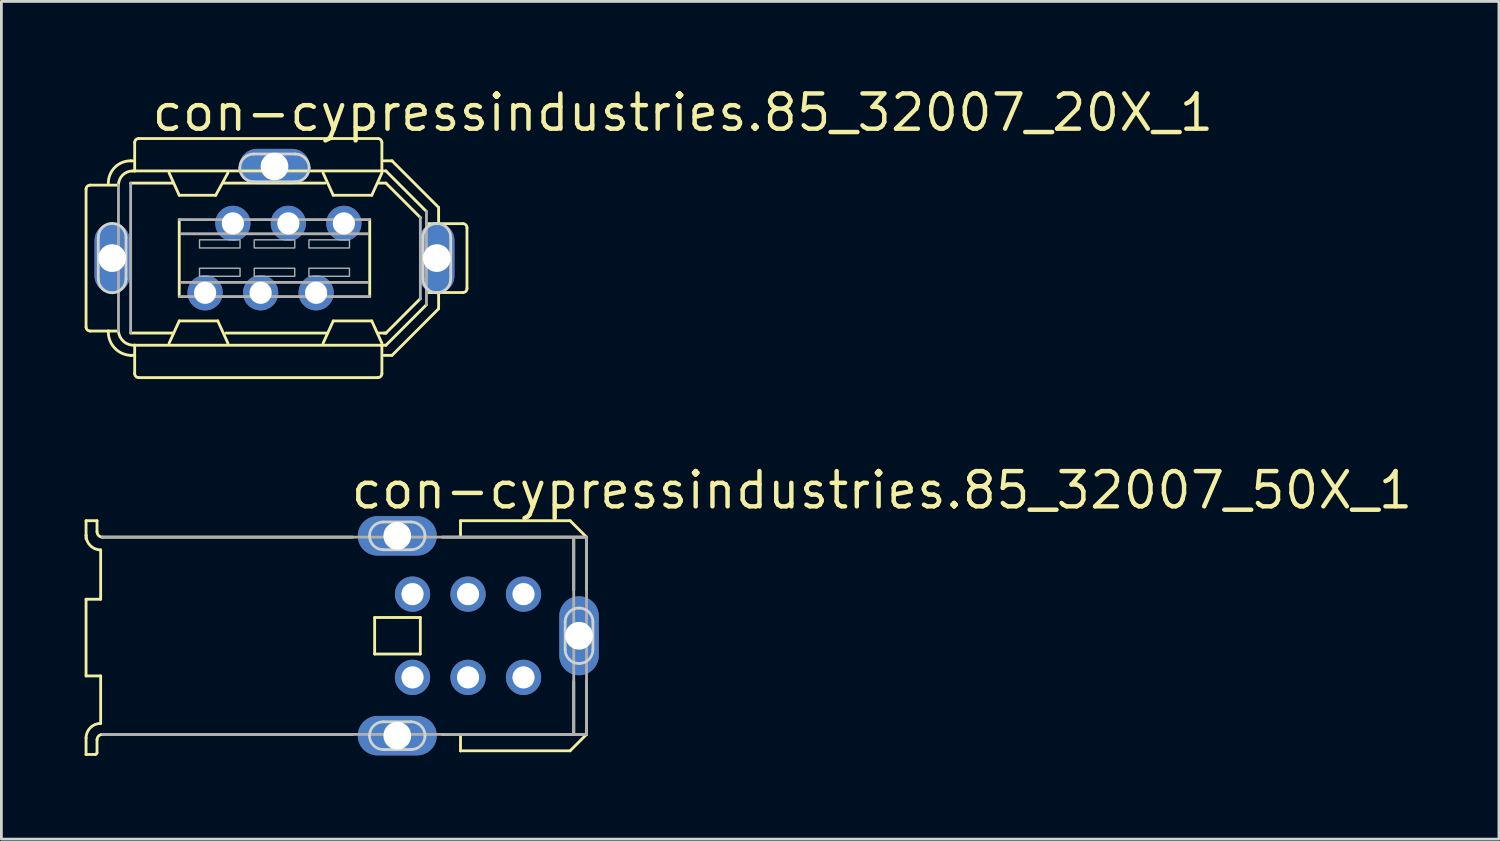
<source format=kicad_pcb>
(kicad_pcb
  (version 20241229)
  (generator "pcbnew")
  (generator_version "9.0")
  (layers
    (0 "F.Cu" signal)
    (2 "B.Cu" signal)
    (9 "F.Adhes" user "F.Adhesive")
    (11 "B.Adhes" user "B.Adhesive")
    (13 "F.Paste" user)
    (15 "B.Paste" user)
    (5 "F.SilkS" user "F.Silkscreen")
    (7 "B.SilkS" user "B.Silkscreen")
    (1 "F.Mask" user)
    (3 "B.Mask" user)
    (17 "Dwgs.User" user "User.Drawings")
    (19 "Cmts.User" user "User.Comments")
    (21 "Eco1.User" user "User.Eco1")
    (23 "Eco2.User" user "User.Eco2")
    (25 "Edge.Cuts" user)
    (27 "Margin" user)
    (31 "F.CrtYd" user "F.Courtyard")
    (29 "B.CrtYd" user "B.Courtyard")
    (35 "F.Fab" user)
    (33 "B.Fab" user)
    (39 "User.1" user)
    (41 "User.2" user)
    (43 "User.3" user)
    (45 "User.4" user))
  (footprint "con-cypressindustries.85_32007_50X_1"
    (layer "F.Cu")
    (at 8.015 19.859)
    (property "Reference" "con-cypressindustries.85_32007_50X_1" (at 1.5 -4.5 0) (layer "F.SilkS") (effects (font (size 1.27 1.27) (thickness 0.16)) (justify left bottom)))
    (attr through_hole)
    (fp_line (start -7.964 -4.146) (end -7.964 -3.62) (stroke (width 0.102) (type default)) (layer "F.SilkS"))
    (fp_line (start -7.964 -3.62) (end -7.964 -3.488) (stroke (width 0.102) (type default)) (layer "F.SilkS"))
    (fp_line (start -7.964 -1.316) (end -7.964 1.448) (stroke (width 0.102) (type default)) (layer "F.SilkS"))
    (fp_line (start -7.964 1.448) (end -7.438 1.448) (stroke (width 0.102) (type default)) (layer "F.SilkS"))
    (fp_line (start -7.964 3.686) (end -7.964 4.278) (stroke (width 0.102) (type default)) (layer "F.SilkS"))
    (fp_line (start -7.964 4.278) (end -7.635 4.278) (stroke (width 0.102) (type default)) (layer "F.SilkS"))
    (fp_line (start -7.569 -4.146) (end -7.964 -4.146) (stroke (width 0.102) (type default)) (layer "F.SilkS"))
    (fp_line (start -7.569 -3.752) (end -7.569 -4.146) (stroke (width 0.102) (type default)) (layer "F.SilkS"))
    (fp_line (start -7.569 4.212) (end -7.569 3.752) (stroke (width 0.102) (type default)) (layer "F.SilkS"))
    (fp_line (start -7.438 -3.093) (end -7.438 -1.316) (stroke (width 0.102) (type default)) (layer "F.SilkS"))
    (fp_line (start -7.438 -1.316) (end -7.964 -1.316) (stroke (width 0.102) (type default)) (layer "F.SilkS"))
    (fp_line (start -7.438 1.448) (end -7.438 3.159) (stroke (width 0.102) (type default)) (layer "F.SilkS"))
    (fp_line (start -7.372 3.554) (end 1.645 3.554) (stroke (width 0.102) (type default)) (layer "F.SilkS"))
    (fp_line (start 1.645 -3.554) (end -7.372 -3.554) (stroke (width 0.102) (type default)) (layer "F.SilkS"))
    (fp_line (start 2.435 -0.658) (end 2.435 0.658) (stroke (width 0.102) (type default)) (layer "F.SilkS"))
    (fp_line (start 2.435 0.658) (end 4.081 0.658) (stroke (width 0.102) (type default)) (layer "F.SilkS"))
    (fp_line (start 4.081 -0.658) (end 2.435 -0.658) (stroke (width 0.102) (type default)) (layer "F.SilkS"))
    (fp_line (start 4.081 0.658) (end 4.081 -0.658) (stroke (width 0.102) (type default)) (layer "F.SilkS"))
    (fp_line (start 4.87 3.554) (end 10.07 3.554) (stroke (width 0.102) (type default)) (layer "F.SilkS"))
    (fp_line (start 5.529 -4.146) (end 9.478 -4.146) (stroke (width 0.102) (type default)) (layer "F.SilkS"))
    (fp_line (start 5.529 -3.62) (end 5.529 -4.146) (stroke (width 0.102) (type default)) (layer "F.SilkS"))
    (fp_line (start 5.529 4.146) (end 5.529 3.62) (stroke (width 0.102) (type default)) (layer "F.SilkS"))
    (fp_line (start 5.529 4.146) (end 9.478 4.146) (stroke (width 0.102) (type default)) (layer "F.SilkS"))
    (fp_line (start 5.529 4.147) (end 5.529 4.146) (stroke (width 0.102) (type default)) (layer "F.SilkS"))
    (fp_line (start 9.478 -4.146) (end 10.07 -3.554) (stroke (width 0.102) (type default)) (layer "F.SilkS"))
    (fp_line (start 9.478 4.146) (end 10.07 3.554) (stroke (width 0.102) (type default)) (layer "F.SilkS"))
    (fp_line (start 9.609 -3.488) (end 9.609 -1.645) (stroke (width 0.102) (type default)) (layer "F.SilkS"))
    (fp_line (start 9.609 1.645) (end 9.609 3.554) (stroke (width 0.102) (type default)) (layer "F.SilkS"))
    (fp_line (start 10.07 -3.554) (end 4.87 -3.554) (stroke (width 0.102) (type default)) (layer "F.SilkS"))
    (fp_line (start 10.07 -1.645) (end 10.07 -3.554) (stroke (width 0.102) (type default)) (layer "F.SilkS"))
    (fp_line (start 10.07 3.554) (end 10.07 1.645) (stroke (width 0.102) (type default)) (layer "F.SilkS"))
    (fp_arc (start -7.964 3.6858) (mid -7.809792 3.313508) (end -7.4375 3.1593) (stroke (width 0.1016) (type default)) (layer "F.SilkS"))
    (fp_arc (start -7.5691 3.7516) (mid -7.511283 3.612017) (end -7.3717 3.5542) (stroke (width 0.1016) (type default)) (layer "F.SilkS"))
    (fp_arc (start -7.5691 4.2124) (mid -7.588372 4.258928) (end -7.6349 4.2782) (stroke (width 0.1016) (type default)) (layer "F.SilkS"))
    (fp_arc (start -7.4375 -3.0934) (mid -7.809792 -3.247608) (end -7.964 -3.6199) (stroke (width 0.1016) (type default)) (layer "F.SilkS"))
    (fp_arc (start -7.3717 -3.5542) (mid -7.511283 -3.612017) (end -7.5691 -3.7516) (stroke (width 0.1016) (type default)) (layer "F.SilkS"))
    (fp_line (start 2.75 -4.1) (end 3.75 -4.1) (stroke (width 0.1) (type default)) (layer "Edge.Cuts"))
    (fp_line (start 2.75 3.1) (end 3.75 3.1) (stroke (width 0.1) (type default)) (layer "Edge.Cuts"))
    (fp_line (start 3.75 -3.1) (end 2.75 -3.1) (stroke (width 0.1) (type default)) (layer "Edge.Cuts"))
    (fp_line (start 3.75 4.1) (end 2.75 4.1) (stroke (width 0.1) (type default)) (layer "Edge.Cuts"))
    (fp_line (start 9.3 0.5) (end 9.3 -0.5) (stroke (width 0.1) (type default)) (layer "Edge.Cuts"))
    (fp_line (start 10.3 -0.5) (end 10.3 0.5) (stroke (width 0.1) (type default)) (layer "Edge.Cuts"))
    (fp_arc (start 2.25 -3.6) (mid 2.396447 -3.953553) (end 2.75 -4.1) (stroke (width 0.1) (type default)) (layer "Edge.Cuts"))
    (fp_arc (start 2.25 3.6) (mid 2.396447 3.246447) (end 2.75 3.1) (stroke (width 0.1) (type default)) (layer "Edge.Cuts"))
    (fp_arc (start 2.75 -3.1) (mid 2.396447 -3.246447) (end 2.25 -3.6) (stroke (width 0.1) (type default)) (layer "Edge.Cuts"))
    (fp_arc (start 2.75 4.1) (mid 2.396447 3.953553) (end 2.25 3.6) (stroke (width 0.1) (type default)) (layer "Edge.Cuts"))
    (fp_arc (start 3.75 -4.1) (mid 4.103553 -3.953553) (end 4.25 -3.6) (stroke (width 0.1) (type default)) (layer "Edge.Cuts"))
    (fp_arc (start 3.75 3.1) (mid 4.103553 3.246447) (end 4.25 3.6) (stroke (width 0.1) (type default)) (layer "Edge.Cuts"))
    (fp_arc (start 4.25 -3.6) (mid 4.103553 -3.246447) (end 3.75 -3.1) (stroke (width 0.1) (type default)) (layer "Edge.Cuts"))
    (fp_arc (start 4.25 3.6) (mid 4.103553 3.953553) (end 3.75 4.1) (stroke (width 0.1) (type default)) (layer "Edge.Cuts"))
    (fp_arc (start 9.3 -0.5) (mid 9.446447 -0.853553) (end 9.8 -1) (stroke (width 0.1) (type default)) (layer "Edge.Cuts"))
    (fp_arc (start 9.8 -1) (mid 10.153553 -0.853553) (end 10.3 -0.5) (stroke (width 0.1) (type default)) (layer "Edge.Cuts"))
    (fp_arc (start 9.8 1) (mid 9.446447 0.853553) (end 9.3 0.5) (stroke (width 0.1) (type default)) (layer "Edge.Cuts"))
    (fp_arc (start 10.3 0.5) (mid 10.153553 0.853553) (end 9.8 1) (stroke (width 0.1) (type default)) (layer "Edge.Cuts"))
    (fp_line (start -7.372 3.554) (end 10.07 3.554) (stroke (width 0.102) (type default)) (layer "F.Fab"))
    (fp_line (start 9.609 -3.488) (end 9.609 3.488) (stroke (width 0.102) (type default)) (layer "F.Fab"))
    (fp_line (start 10.07 -3.554) (end -7.372 -3.554) (stroke (width 0.102) (type default)) (layer "F.Fab"))
    (fp_line (start 10.07 3.554) (end 10.07 -3.554) (stroke (width 0.102) (type default)) (layer "F.Fab"))
    (pad "1" thru_hole circle (at 7.8 -1.5) (size 1.27 1.27) (drill 0.8) (layers "*.Cu" "*.Mask"))
    (pad "2" thru_hole circle (at 7.8 1.5) (size 1.27 1.27) (drill 0.8) (layers "*.Cu" "*.Mask"))
    (pad "3" thru_hole circle (at 5.8 -1.5) (size 1.27 1.27) (drill 0.8) (layers "*.Cu" "*.Mask"))
    (pad "4" thru_hole circle (at 5.8 1.5) (size 1.27 1.27) (drill 0.8) (layers "*.Cu" "*.Mask"))
    (pad "5" thru_hole circle (at 3.8 -1.5) (size 1.27 1.27) (drill 0.8) (layers "*.Cu" "*.Mask"))
    (pad "6" thru_hole circle (at 3.8 1.5) (size 1.27 1.27) (drill 0.8) (layers "*.Cu" "*.Mask"))
    (pad "M1" thru_hole oval (at 9.8 0 90) (size 2.845 1.422) (drill 1) (layers "*.Cu" "*.Mask"))
    (pad "M2" thru_hole oval (at 3.25 -3.6) (size 2.845 1.422) (drill 1) (layers "*.Cu" "*.Mask"))
    (pad "M3" thru_hole oval (at 3.25 3.6) (size 2.845 1.422) (drill 1) (layers "*.Cu" "*.Mask")))
  (footprint "con-cypressindustries.85_32007_20X_1"
    (layer "F.Cu")
    (at 6.841 6.25)
    (property "Reference" "con-cypressindustries.85_32007_20X_1" (at -4.5 -4.5 0) (layer "F.SilkS") (effects (font (size 1.27 1.27) (thickness 0.16)) (justify left bottom)))
    (attr through_hole)
    (fp_line (start -6.79 2.482) (end -6.79 -2.483) (stroke (width 0.102) (type default)) (layer "F.SilkS"))
    (fp_line (start -6.644 -2.629) (end -5.622 -2.629) (stroke (width 0.102) (type default)) (layer "F.SilkS"))
    (fp_line (start -5.987 2.628) (end -6.644 2.628) (stroke (width 0.102) (type default)) (layer "F.SilkS"))
    (fp_line (start -5.622 2.628) (end -5.987 2.628) (stroke (width 0.102) (type default)) (layer "F.SilkS"))
    (fp_line (start -5.184 -3.505) (end -5.111 -3.505) (stroke (width 0.102) (type default)) (layer "F.SilkS"))
    (fp_line (start -5.184 -2.702) (end -3.651 -2.702) (stroke (width 0.102) (type default)) (layer "F.SilkS"))
    (fp_line (start -5.184 2.701) (end -3.651 2.701) (stroke (width 0.102) (type default)) (layer "F.SilkS"))
    (fp_line (start -5.184 3.505) (end -5.038 3.505) (stroke (width 0.102) (type default)) (layer "F.SilkS"))
    (fp_line (start -5.111 -3.14) (end -5.038 -3.14) (stroke (width 0.102) (type default)) (layer "F.SilkS"))
    (fp_line (start -5.038 -3.14) (end -5.038 -4.162) (stroke (width 0.102) (type default)) (layer "F.SilkS"))
    (fp_line (start -5.038 3.14) (end 3.87 3.14) (stroke (width 0.102) (type default)) (layer "F.SilkS"))
    (fp_line (start -5.038 3.505) (end -5.038 3.14) (stroke (width 0.102) (type default)) (layer "F.SilkS"))
    (fp_line (start -5.038 4.162) (end -5.038 3.505) (stroke (width 0.102) (type default)) (layer "F.SilkS"))
    (fp_line (start -5.038 3.14) (end -5.038 3.14) (stroke (width 0.102) (type default)) (layer "F.SilkS"))
    (fp_line (start -4.892 -4.308) (end 3.724 -4.308) (stroke (width 0.102) (type default)) (layer "F.SilkS"))
    (fp_line (start -3.797 -3.067) (end -3.432 -2.264) (stroke (width 0.102) (type default)) (layer "F.SilkS"))
    (fp_line (start -3.432 -2.264) (end -2.118 -2.264) (stroke (width 0.102) (type default)) (layer "F.SilkS"))
    (fp_line (start -3.432 1.387) (end -3.432 -1.387) (stroke (width 0.102) (type default)) (layer "F.SilkS"))
    (fp_line (start -3.432 2.264) (end -3.797 3.067) (stroke (width 0.102) (type default)) (layer "F.SilkS"))
    (fp_line (start -2.118 -2.264) (end -1.679 -3.067) (stroke (width 0.102) (type default)) (layer "F.SilkS"))
    (fp_line (start -2.044 2.264) (end -3.432 2.264) (stroke (width 0.102) (type default)) (layer "F.SilkS"))
    (fp_line (start -1.825 -2.702) (end 1.825 -2.702) (stroke (width 0.102) (type default)) (layer "F.SilkS"))
    (fp_line (start -1.679 3.067) (end -2.044 2.264) (stroke (width 0.102) (type default)) (layer "F.SilkS"))
    (fp_line (start 1.752 -3.067) (end 2.117 -2.264) (stroke (width 0.102) (type default)) (layer "F.SilkS"))
    (fp_line (start 1.898 2.702) (end -1.752 2.702) (stroke (width 0.102) (type default)) (layer "F.SilkS"))
    (fp_line (start 2.117 -2.264) (end 3.505 -2.264) (stroke (width 0.102) (type default)) (layer "F.SilkS"))
    (fp_line (start 2.118 2.264) (end 1.752 3.067) (stroke (width 0.102) (type default)) (layer "F.SilkS"))
    (fp_line (start 3.432 -1.387) (end 3.432 1.387) (stroke (width 0.102) (type default)) (layer "F.SilkS"))
    (fp_line (start 3.505 -2.264) (end 3.87 -3.067) (stroke (width 0.102) (type default)) (layer "F.SilkS"))
    (fp_line (start 3.505 2.264) (end 2.118 2.264) (stroke (width 0.102) (type default)) (layer "F.SilkS"))
    (fp_line (start 3.724 -2.702) (end 4.016 -2.702) (stroke (width 0.102) (type default)) (layer "F.SilkS"))
    (fp_line (start 3.724 2.702) (end 4.016 2.702) (stroke (width 0.102) (type default)) (layer "F.SilkS"))
    (fp_line (start 3.724 4.308) (end -4.892 4.308) (stroke (width 0.102) (type default)) (layer "F.SilkS"))
    (fp_line (start 3.87 -4.162) (end 3.87 -3.14) (stroke (width 0.102) (type default)) (layer "F.SilkS"))
    (fp_line (start 3.87 -3.14) (end -5.038 -3.14) (stroke (width 0.102) (type default)) (layer "F.SilkS"))
    (fp_line (start 3.87 3.067) (end 3.505 2.264) (stroke (width 0.102) (type default)) (layer "F.SilkS"))
    (fp_line (start 3.87 3.14) (end 3.87 4.162) (stroke (width 0.102) (type default)) (layer "F.SilkS"))
    (fp_line (start 3.943 -3.505) (end 4.235 -3.505) (stroke (width 0.102) (type default)) (layer "F.SilkS"))
    (fp_line (start 3.943 -3.14) (end 4.016 -3.14) (stroke (width 0.102) (type default)) (layer "F.SilkS"))
    (fp_line (start 4.016 2.702) (end 3.943 2.702) (stroke (width 0.102) (type default)) (layer "F.SilkS"))
    (fp_line (start 4.016 3.14) (end 3.87 3.14) (stroke (width 0.102) (type default)) (layer "F.SilkS"))
    (fp_line (start 4.016 -3.14) (end 5.476 -1.679) (stroke (width 0.102) (type default)) (layer "F.SilkS"))
    (fp_line (start 4.016 -2.702) (end 5.257 -1.46) (stroke (width 0.102) (type default)) (layer "F.SilkS"))
    (fp_line (start 4.235 -3.505) (end 5.914 -1.825) (stroke (width 0.102) (type default)) (layer "F.SilkS"))
    (fp_line (start 4.235 3.505) (end 3.943 3.505) (stroke (width 0.102) (type default)) (layer "F.SilkS"))
    (fp_line (start 5.257 1.46) (end 4.016 2.702) (stroke (width 0.102) (type default)) (layer "F.SilkS"))
    (fp_line (start 5.476 1.679) (end 4.016 3.14) (stroke (width 0.102) (type default)) (layer "F.SilkS"))
    (fp_line (start 5.549 -1.241) (end 6.79 -1.241) (stroke (width 0.102) (type default)) (layer "F.SilkS"))
    (fp_line (start 5.914 -1.825) (end 5.914 -1.314) (stroke (width 0.102) (type default)) (layer "F.SilkS"))
    (fp_line (start 5.914 1.241) (end 5.914 1.825) (stroke (width 0.102) (type default)) (layer "F.SilkS"))
    (fp_line (start 5.914 1.825) (end 4.235 3.505) (stroke (width 0.102) (type default)) (layer "F.SilkS"))
    (fp_line (start 6.79 1.241) (end 5.549 1.241) (stroke (width 0.102) (type default)) (layer "F.SilkS"))
    (fp_line (start 6.936 -1.095) (end 6.936 1.095) (stroke (width 0.102) (type default)) (layer "F.SilkS"))
    (fp_arc (start -6.7905 -2.4826) (mid -6.747738 -2.585838) (end -6.6445 -2.6286) (stroke (width 0.1016) (type default)) (layer "F.SilkS"))
    (fp_arc (start -6.6445 2.6285) (mid -6.747738 2.585738) (end -6.7905 2.4825) (stroke (width 0.1016) (type default)) (layer "F.SilkS"))
    (fp_arc (start -5.9873 -2.7016) (mid -5.752048 -3.269548) (end -5.1841 -3.5048) (stroke (width 0.1016) (type default)) (layer "F.SilkS"))
    (fp_arc (start -5.6222 -2.6286) (mid -5.472502 -2.990002) (end -5.1111 -3.1397) (stroke (width 0.1016) (type default)) (layer "F.SilkS"))
    (fp_arc (start -5.184 3.5047) (mid -5.767102 3.232955) (end -5.9873 2.6285) (stroke (width 0.1016) (type default)) (layer "F.SilkS"))
    (fp_arc (start -5.0381 -4.162) (mid -4.995338 -4.265238) (end -4.8921 -4.308) (stroke (width 0.1016) (type default)) (layer "F.SilkS"))
    (fp_arc (start -5.038 3.1397) (mid -5.43605 3.00518) (end -5.6222 2.6285) (stroke (width 0.1016) (type default)) (layer "F.SilkS"))
    (fp_arc (start -4.8921 4.3079) (mid -4.995338 4.265138) (end -5.0381 4.1619) (stroke (width 0.1016) (type default)) (layer "F.SilkS"))
    (fp_arc (start 3.7238 -4.308) (mid 3.827038 -4.265238) (end 3.8698 -4.162) (stroke (width 0.1016) (type default)) (layer "F.SilkS"))
    (fp_arc (start 3.8698 4.1619) (mid 3.827038 4.265138) (end 3.7238 4.3079) (stroke (width 0.1016) (type default)) (layer "F.SilkS"))
    (fp_arc (start 6.7905 -1.2413) (mid 6.893738 -1.198538) (end 6.9365 -1.0953) (stroke (width 0.1016) (type default)) (layer "F.SilkS"))
    (fp_arc (start 6.9365 1.0952) (mid 6.893738 1.198438) (end 6.7905 1.2412) (stroke (width 0.1016) (type default)) (layer "F.SilkS"))
    (fp_line (start -6.35 0.75) (end -6.35 -0.75) (stroke (width 0.1) (type default)) (layer "Edge.Cuts"))
    (fp_line (start -5.35 -0.75) (end -5.35 0.75) (stroke (width 0.1) (type default)) (layer "Edge.Cuts"))
    (fp_line (start -0.75 -3.75) (end 0.75 -3.75) (stroke (width 0.1) (type default)) (layer "Edge.Cuts"))
    (fp_line (start 0.75 -2.75) (end -0.75 -2.75) (stroke (width 0.1) (type default)) (layer "Edge.Cuts"))
    (fp_line (start 5.35 0.75) (end 5.35 -0.75) (stroke (width 0.1) (type default)) (layer "Edge.Cuts"))
    (fp_line (start 6.35 -0.75) (end 6.35 0.75) (stroke (width 0.1) (type default)) (layer "Edge.Cuts"))
    (fp_arc (start -6.35 -0.75) (mid -6.203553 -1.103553) (end -5.85 -1.25) (stroke (width 0.1) (type default)) (layer "Edge.Cuts"))
    (fp_arc (start -5.85 -1.25) (mid -5.496447 -1.103553) (end -5.35 -0.75) (stroke (width 0.1) (type default)) (layer "Edge.Cuts"))
    (fp_arc (start -5.85 1.25) (mid -6.203553 1.103553) (end -6.35 0.75) (stroke (width 0.1) (type default)) (layer "Edge.Cuts"))
    (fp_arc (start -5.35 0.75) (mid -5.496447 1.103553) (end -5.85 1.25) (stroke (width 0.1) (type default)) (layer "Edge.Cuts"))
    (fp_arc (start -1.25 -3.25) (mid -1.103553 -3.603553) (end -0.75 -3.75) (stroke (width 0.1) (type default)) (layer "Edge.Cuts"))
    (fp_arc (start -0.75 -2.75) (mid -1.103553 -2.896447) (end -1.25 -3.25) (stroke (width 0.1) (type default)) (layer "Edge.Cuts"))
    (fp_arc (start 0.75 -3.75) (mid 1.103553 -3.603553) (end 1.25 -3.25) (stroke (width 0.1) (type default)) (layer "Edge.Cuts"))
    (fp_arc (start 1.25 -3.25) (mid 1.103553 -2.896447) (end 0.75 -2.75) (stroke (width 0.1) (type default)) (layer "Edge.Cuts"))
    (fp_arc (start 5.35 -0.75) (mid 5.496447 -1.103553) (end 5.85 -1.25) (stroke (width 0.1) (type default)) (layer "Edge.Cuts"))
    (fp_arc (start 5.85 -1.25) (mid 6.203553 -1.103553) (end 6.35 -0.75) (stroke (width 0.1) (type default)) (layer "Edge.Cuts"))
    (fp_arc (start 5.85 1.25) (mid 5.496447 1.103553) (end 5.35 0.75) (stroke (width 0.1) (type default)) (layer "Edge.Cuts"))
    (fp_arc (start 6.35 0.75) (mid 6.203553 1.103553) (end 5.85 1.25) (stroke (width 0.1) (type default)) (layer "Edge.Cuts"))
    (fp_line (start -5.622 -2.629) (end -5.622 2.628) (stroke (width 0.102) (type default)) (layer "F.Fab"))
    (fp_line (start -5.184 -2.702) (end -5.184 2.701) (stroke (width 0.102) (type default)) (layer "F.Fab"))
    (fp_line (start -3.432 -1.387) (end 3.432 -1.387) (stroke (width 0.102) (type default)) (layer "F.Fab"))
    (fp_line (start -3.359 -0.876) (end 3.359 -0.876) (stroke (width 0.102) (type default)) (layer "F.Fab"))
    (fp_line (start 3.359 0.876) (end -3.359 0.876) (stroke (width 0.102) (type default)) (layer "F.Fab"))
    (fp_line (start 3.432 1.387) (end -3.432 1.387) (stroke (width 0.102) (type default)) (layer "F.Fab"))
    (fp_line (start 5.257 -1.46) (end 5.257 1.46) (stroke (width 0.102) (type default)) (layer "F.Fab"))
    (fp_line (start 5.476 -1.679) (end 5.476 1.679) (stroke (width 0.102) (type default)) (layer "F.Fab"))
    (fp_rect (start -2.702 -0.365) (end -1.241 -0.657) (stroke (width 0.05) (type default)) (fill no) (layer "F.Fab"))
    (fp_rect (start -2.702 0.657) (end -1.241 0.365) (stroke (width 0.05) (type default)) (fill no) (layer "F.Fab"))
    (fp_rect (start -0.73 -0.365) (end 0.73 -0.657) (stroke (width 0.05) (type default)) (fill no) (layer "F.Fab"))
    (fp_rect (start -0.73 0.657) (end 0.73 0.365) (stroke (width 0.05) (type default)) (fill no) (layer "F.Fab"))
    (fp_rect (start 1.241 -0.365) (end 2.702 -0.657) (stroke (width 0.05) (type default)) (fill no) (layer "F.Fab"))
    (fp_rect (start 1.241 0.657) (end 2.702 0.365) (stroke (width 0.05) (type default)) (fill no) (layer "F.Fab"))
    (pad "1" thru_hole circle (at 2.5 -1.25) (size 1.27 1.27) (drill 0.8) (layers "*.Cu" "*.Mask"))
    (pad "2" thru_hole circle (at 1.5 1.25) (size 1.27 1.27) (drill 0.8) (layers "*.Cu" "*.Mask"))
    (pad "3" thru_hole circle (at 0.5 -1.25) (size 1.27 1.27) (drill 0.8) (layers "*.Cu" "*.Mask"))
    (pad "4" thru_hole circle (at -0.5 1.25) (size 1.27 1.27) (drill 0.8) (layers "*.Cu" "*.Mask"))
    (pad "5" thru_hole circle (at -1.5 -1.25) (size 1.27 1.27) (drill 0.8) (layers "*.Cu" "*.Mask"))
    (pad "6" thru_hole circle (at -2.5 1.25) (size 1.27 1.27) (drill 0.8) (layers "*.Cu" "*.Mask"))
    (pad "M1" thru_hole oval (at -5.85 0 90) (size 2.54 1.27) (drill 1) (layers "*.Cu" "*.Mask"))
    (pad "M2" thru_hole oval (at 5.85 0 90) (size 2.54 1.27) (drill 1) (layers "*.Cu" "*.Mask"))
    (pad "M3" thru_hole oval (at 0 -3.3) (size 2.54 1.27) (drill 1) (layers "*.Cu" "*.Mask")))
  (gr_rect
    (start -3 -3)
    (end 50.962 27.188)
    (stroke (width 0.1) (type default))
    (fill no)
    (layer "Edge.Cuts")))
</source>
